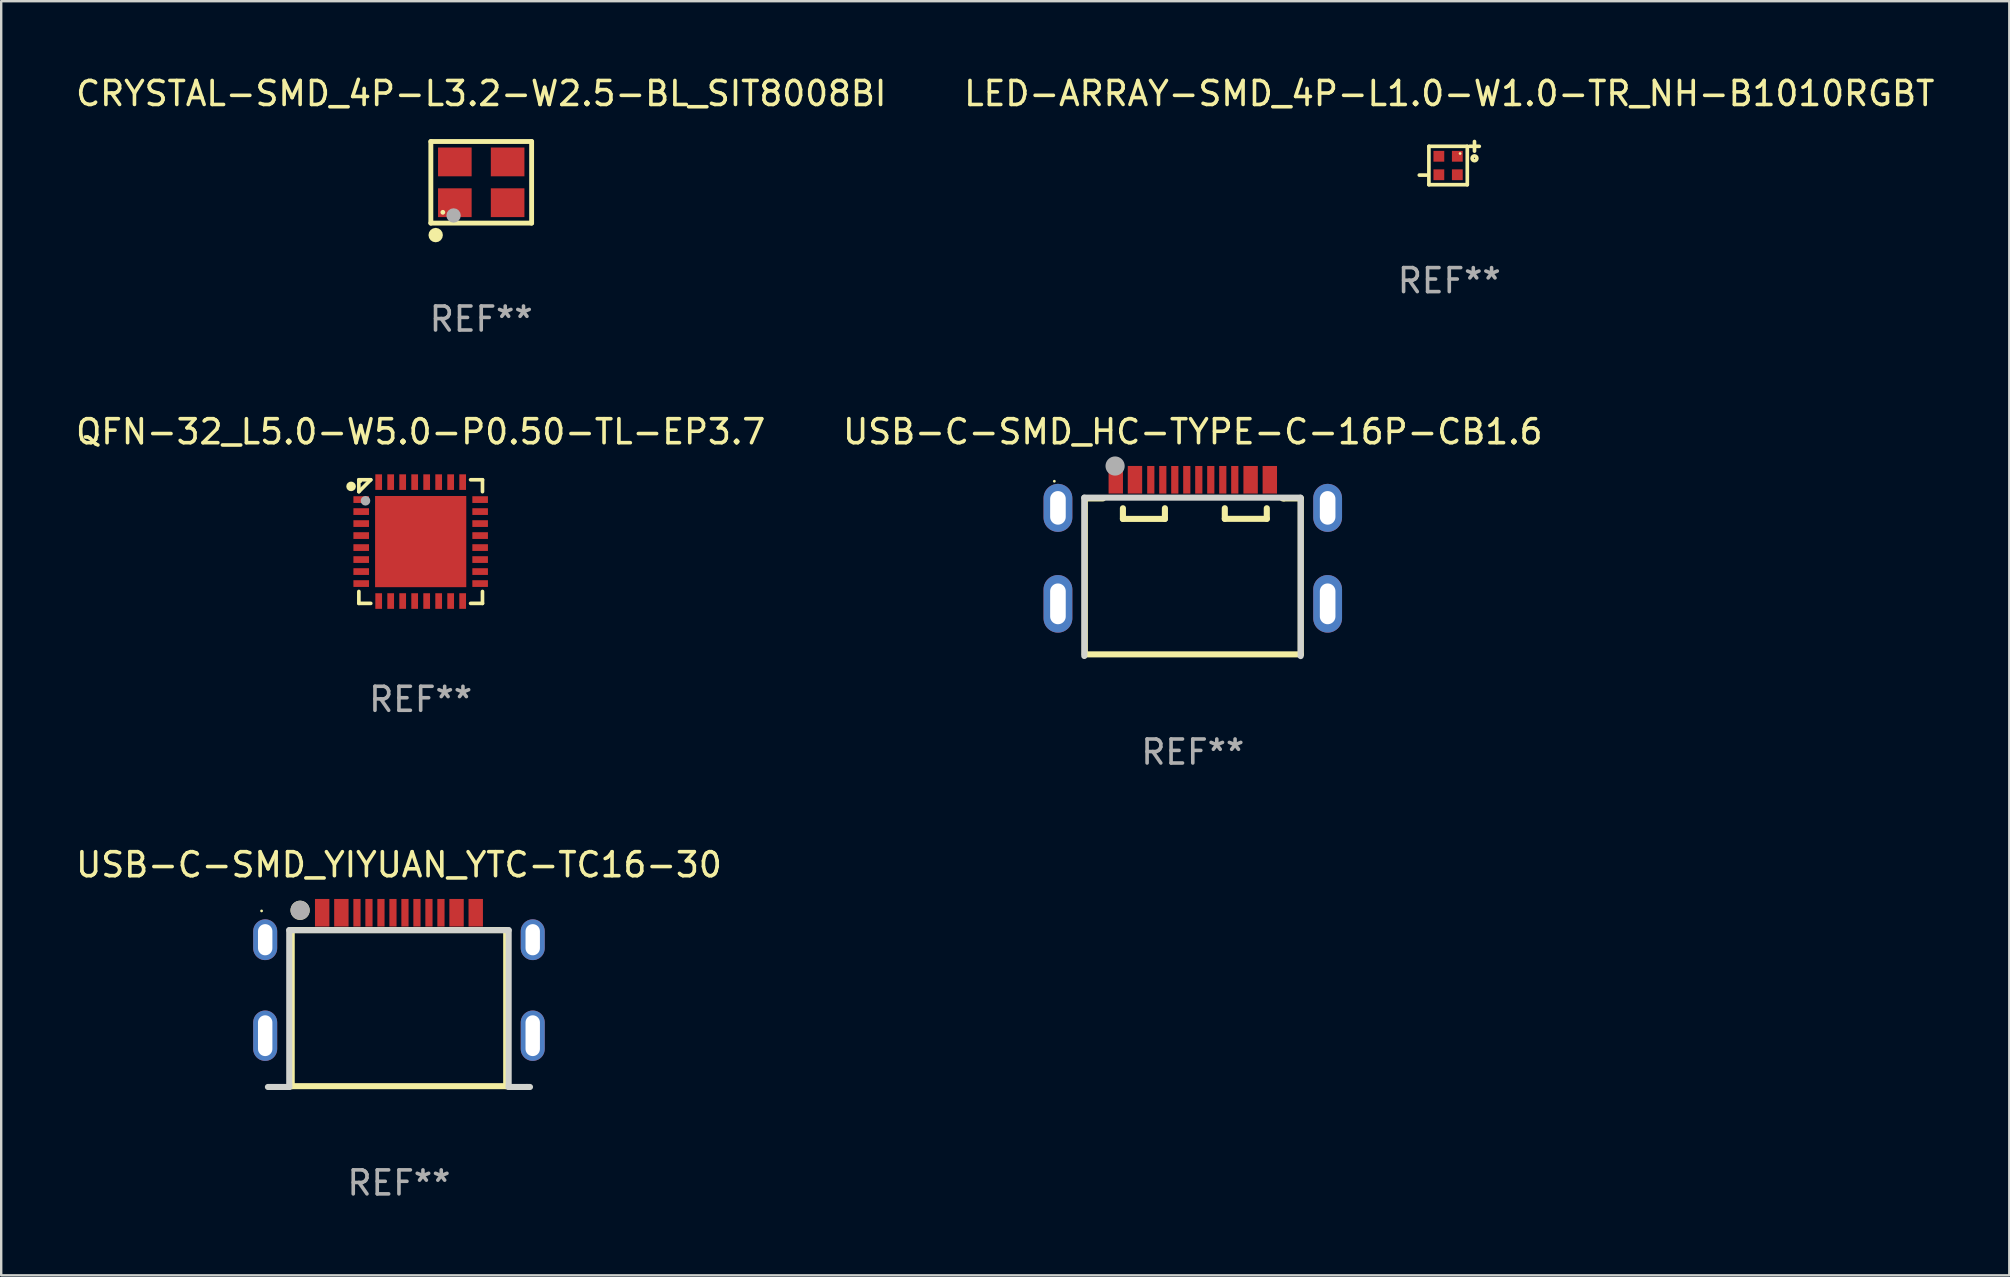
<source format=kicad_pcb>
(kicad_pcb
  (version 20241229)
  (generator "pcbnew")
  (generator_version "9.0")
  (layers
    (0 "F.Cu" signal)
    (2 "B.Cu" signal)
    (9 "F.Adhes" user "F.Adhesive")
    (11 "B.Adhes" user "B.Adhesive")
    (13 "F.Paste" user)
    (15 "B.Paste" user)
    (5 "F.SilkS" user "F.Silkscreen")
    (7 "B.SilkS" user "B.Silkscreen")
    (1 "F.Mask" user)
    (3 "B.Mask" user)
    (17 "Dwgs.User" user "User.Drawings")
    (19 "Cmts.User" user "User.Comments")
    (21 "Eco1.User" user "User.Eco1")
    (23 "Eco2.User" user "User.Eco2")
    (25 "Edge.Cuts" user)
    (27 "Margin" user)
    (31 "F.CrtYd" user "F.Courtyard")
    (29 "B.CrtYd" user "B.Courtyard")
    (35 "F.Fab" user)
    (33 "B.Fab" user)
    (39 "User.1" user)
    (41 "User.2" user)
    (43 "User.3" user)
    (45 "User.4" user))
  (footprint "QFN-32_L5.0-W5.0-P0.50-TL-EP3.7"
    (layer "F.Cu")
    (at 14.482 19.521)
    (property "Reference" "QFN-32_L5.0-W5.0-P0.50-TL-EP3.7" (at 0 -4.576 0) (layer "F.SilkS") (effects (font (size 1 1) (thickness 0.15))))
    (attr smd)
    (fp_line (start -2.576 -2.576) (end -2.576 -2.08) (stroke (width 0.152) (type solid)) (layer "F.SilkS"))
    (fp_line (start -2.576 2.576) (end -2.576 2.08) (stroke (width 0.152) (type solid)) (layer "F.SilkS"))
    (fp_line (start -2.08 -2.576) (end -2.576 -2.576) (stroke (width 0.152) (type solid)) (layer "F.SilkS"))
    (fp_line (start -2.08 -2.576) (end -2.576 -2.08) (stroke (width 0.152) (type solid)) (layer "F.SilkS"))
    (fp_line (start -2.08 2.576) (end -2.576 2.576) (stroke (width 0.152) (type solid)) (layer "F.SilkS"))
    (fp_line (start 2.08 -2.576) (end 2.576 -2.576) (stroke (width 0.152) (type solid)) (layer "F.SilkS"))
    (fp_line (start 2.08 2.576) (end 2.576 2.576) (stroke (width 0.152) (type solid)) (layer "F.SilkS"))
    (fp_line (start 2.576 -2.576) (end 2.576 -2.08) (stroke (width 0.152) (type solid)) (layer "F.SilkS"))
    (fp_line (start 2.576 2.576) (end 2.576 2.08) (stroke (width 0.152) (type solid)) (layer "F.SilkS"))
    (fp_circle (center -2.9 -2.3) (end -2.8 -2.3) (stroke (width 0.2) (type solid)) (fill no) (layer "F.SilkS"))
    (fp_circle (center -2.5 -2.5) (end -2.47 -2.5) (stroke (width 0.06) (type solid)) (fill no) (layer "F.SilkS"))
    (fp_circle (center -2.3 -1.7) (end -2.2 -1.7) (stroke (width 0.2) (type solid)) (fill no) (layer "F.Fab"))
    (fp_text user "REF**" (at 0 6.576 0) (layer "F.Fab") (effects (font (size 1 1) (thickness 0.15))))
    (pad "1" smd rect (at -2.478 -1.75) (size 0.65 0.28) (layers "F.Cu" "F.Mask" "F.Paste"))
    (pad "2" smd rect (at -2.478 -1.25) (size 0.65 0.28) (layers "F.Cu" "F.Mask" "F.Paste"))
    (pad "3" smd rect (at -2.478 -0.75) (size 0.65 0.28) (layers "F.Cu" "F.Mask" "F.Paste"))
    (pad "4" smd rect (at -2.478 -0.25) (size 0.65 0.28) (layers "F.Cu" "F.Mask" "F.Paste"))
    (pad "5" smd rect (at -2.478 0.25) (size 0.65 0.28) (layers "F.Cu" "F.Mask" "F.Paste"))
    (pad "6" smd rect (at -2.478 0.75) (size 0.65 0.28) (layers "F.Cu" "F.Mask" "F.Paste"))
    (pad "7" smd rect (at -2.478 1.25) (size 0.65 0.28) (layers "F.Cu" "F.Mask" "F.Paste"))
    (pad "8" smd rect (at -2.478 1.75) (size 0.65 0.28) (layers "F.Cu" "F.Mask" "F.Paste"))
    (pad "9" smd rect (at -1.75 2.478) (size 0.28 0.65) (layers "F.Cu" "F.Mask" "F.Paste"))
    (pad "10" smd rect (at -1.25 2.478) (size 0.28 0.65) (layers "F.Cu" "F.Mask" "F.Paste"))
    (pad "11" smd rect (at -0.75 2.478) (size 0.28 0.65) (layers "F.Cu" "F.Mask" "F.Paste"))
    (pad "12" smd rect (at -0.25 2.478) (size 0.28 0.65) (layers "F.Cu" "F.Mask" "F.Paste"))
    (pad "13" smd rect (at 0.25 2.478) (size 0.28 0.65) (layers "F.Cu" "F.Mask" "F.Paste"))
    (pad "14" smd rect (at 0.75 2.478) (size 0.28 0.65) (layers "F.Cu" "F.Mask" "F.Paste"))
    (pad "15" smd rect (at 1.25 2.478) (size 0.28 0.65) (layers "F.Cu" "F.Mask" "F.Paste"))
    (pad "16" smd rect (at 1.75 2.478) (size 0.28 0.65) (layers "F.Cu" "F.Mask" "F.Paste"))
    (pad "17" smd rect (at 2.478 1.75) (size 0.65 0.28) (layers "F.Cu" "F.Mask" "F.Paste"))
    (pad "18" smd rect (at 2.478 1.25) (size 0.65 0.28) (layers "F.Cu" "F.Mask" "F.Paste"))
    (pad "19" smd rect (at 2.478 0.75) (size 0.65 0.28) (layers "F.Cu" "F.Mask" "F.Paste"))
    (pad "20" smd rect (at 2.478 0.25) (size 0.65 0.28) (layers "F.Cu" "F.Mask" "F.Paste"))
    (pad "21" smd rect (at 2.478 -0.25) (size 0.65 0.28) (layers "F.Cu" "F.Mask" "F.Paste"))
    (pad "22" smd rect (at 2.478 -0.75) (size 0.65 0.28) (layers "F.Cu" "F.Mask" "F.Paste"))
    (pad "23" smd rect (at 2.478 -1.25) (size 0.65 0.28) (layers "F.Cu" "F.Mask" "F.Paste"))
    (pad "24" smd rect (at 2.478 -1.75) (size 0.65 0.28) (layers "F.Cu" "F.Mask" "F.Paste"))
    (pad "25" smd rect (at 1.75 -2.478) (size 0.28 0.65) (layers "F.Cu" "F.Mask" "F.Paste"))
    (pad "26" smd rect (at 1.25 -2.478) (size 0.28 0.65) (layers "F.Cu" "F.Mask" "F.Paste"))
    (pad "27" smd rect (at 0.75 -2.478) (size 0.28 0.65) (layers "F.Cu" "F.Mask" "F.Paste"))
    (pad "28" smd rect (at 0.25 -2.478) (size 0.28 0.65) (layers "F.Cu" "F.Mask" "F.Paste"))
    (pad "29" smd rect (at -0.25 -2.478) (size 0.28 0.65) (layers "F.Cu" "F.Mask" "F.Paste"))
    (pad "30" smd rect (at -0.75 -2.478) (size 0.28 0.65) (layers "F.Cu" "F.Mask" "F.Paste"))
    (pad "31" smd rect (at -1.25 -2.478) (size 0.28 0.65) (layers "F.Cu" "F.Mask" "F.Paste"))
    (pad "32" smd rect (at -1.75 -2.478) (size 0.28 0.65) (layers "F.Cu" "F.Mask" "F.Paste"))
    (pad "33" smd rect (at 0 0) (size 3.8 3.8) (layers "F.Cu" "F.Mask" "F.Paste")))
  (footprint "LED-ARRAY-SMD_4P-L1.0-W1.0-TR_NH-B1010RGBT"
    (layer "F.Cu")
    (at 57.301 3.848)
    (property "Reference" "LED-ARRAY-SMD_4P-L1.0-W1.0-TR_NH-B1010RGBT" (at 0.05 -3 0) (layer "F.SilkS") (effects (font (size 1 1) (thickness 0.15))))
    (attr smd)
    (fp_line (start -1.2 0.4) (end -0.9 0.4) (stroke (width 0.152) (type solid)) (layer "F.SilkS"))
    (fp_line (start -0.8 -0.8) (end 0.8 -0.8) (stroke (width 0.152) (type solid)) (layer "F.SilkS"))
    (fp_line (start -0.8 0.8) (end -0.8 -0.8) (stroke (width 0.152) (type solid)) (layer "F.SilkS"))
    (fp_line (start 0.8 -0.8) (end 0.8 0.8) (stroke (width 0.152) (type solid)) (layer "F.SilkS"))
    (fp_line (start 0.8 0.8) (end -0.8 0.8) (stroke (width 0.152) (type solid)) (layer "F.SilkS"))
    (fp_line (start 0.9 -0.8) (end 1.3 -0.8) (stroke (width 0.152) (type solid)) (layer "F.SilkS"))
    (fp_line (start 1.1 -1) (end 1.1 -0.6) (stroke (width 0.152) (type solid)) (layer "F.SilkS"))
    (fp_circle (center 0.5 -0.5) (end 0.53 -0.5) (stroke (width 0.06) (type solid)) (fill no) (layer "F.SilkS"))
    (fp_circle (center 1.1 -0.3) (end 1.2 -0.3) (stroke (width 0.152) (type solid)) (fill no) (layer "F.SilkS"))
    (fp_text user "REF**" (at 0.05 4.8 0) (layer "F.Fab") (effects (font (size 1 1) (thickness 0.15))))
    (pad "1" smd rect (at 0.385 -0.385) (size 0.45 0.45) (layers "F.Cu" "F.Mask" "F.Paste"))
    (pad "2" smd rect (at 0.385 0.385) (size 0.45 0.45) (layers "F.Cu" "F.Mask" "F.Paste"))
    (pad "3" smd rect (at -0.385 0.385) (size 0.45 0.45) (layers "F.Cu" "F.Mask" "F.Paste"))
    (pad "4" smd rect (at -0.385 -0.385) (size 0.45 0.45) (layers "F.Cu" "F.Mask" "F.Paste")))
  (footprint "CRYSTAL-SMD_4P-L3.2-W2.5-BL_SIT8008BI"
    (layer "F.Cu")
    (at 17.006 4.548)
    (property "Reference" "CRYSTAL-SMD_4P-L3.2-W2.5-BL_SIT8008BI" (at -0.000102 -3.7 0) (layer "F.SilkS") (effects (font (size 1 1) (thickness 0.15))))
    (attr smd)
    (fp_line (start -2.1 -1.7) (end -2.1 1.7) (stroke (width 0.203) (type solid)) (layer "F.SilkS"))
    (fp_line (start -2.1 1.7) (end 2.1 1.7) (stroke (width 0.203) (type solid)) (layer "F.SilkS"))
    (fp_line (start 2.1 -1.7) (end -2.1 -1.7) (stroke (width 0.203) (type solid)) (layer "F.SilkS"))
    (fp_line (start 2.1 1.7) (end 2.1 -1.7) (stroke (width 0.203) (type solid)) (layer "F.SilkS"))
    (fp_arc (start -1.897485 2.049581) (mid -1.898965 2.3496) (end -1.899606 2.049578) (stroke (width 0.3) (type solid)) (layer "F.SilkS"))
    (fp_circle (center -1.6 1.25) (end -1.55 1.25) (stroke (width 0.1) (type solid)) (fill no) (layer "F.SilkS"))
    (fp_circle (center -1.152 1.382) (end -1.002 1.382) (stroke (width 0.3) (type solid)) (fill no) (layer "F.Fab"))
    (fp_text user "REF**" (at -0.000102 5.7 0) (layer "F.Fab") (effects (font (size 1 1) (thickness 0.15))))
    (pad "1" smd rect (at -1.1 0.85) (size 1.4 1.2) (layers "F.Cu" "F.Mask" "F.Paste"))
    (pad "2" smd rect (at 1.1 0.85) (size 1.4 1.2) (layers "F.Cu" "F.Mask" "F.Paste"))
    (pad "3" smd rect (at 1.1 -0.85) (size 1.4 1.2) (layers "F.Cu" "F.Mask" "F.Paste"))
    (pad "4" smd rect (at -1.1 -0.85) (size 1.4 1.2) (layers "F.Cu" "F.Mask" "F.Paste")))
  (footprint "USB-C-SMD_YIYUAN_YTC-TC16-30"
    (layer "F.Cu")
    (at 13.577 37.552)
    (property "Reference" "USB-C-SMD_YIYUAN_YTC-TC16-30" (at 0 -4.562 0) (layer "F.SilkS") (effects (font (size 1 1) (thickness 0.15))))
    (attr through_hole)
    (fp_line (start -4.47 -1.84) (end -4.47 4.665) (stroke (width 0.254) (type solid)) (layer "F.SilkS"))
    (fp_line (start -4.47 4.665) (end 4.47 4.665) (stroke (width 0.254) (type solid)) (layer "F.SilkS"))
    (fp_line (start 4.47 -1.84) (end -4.47 -1.84) (stroke (width 0.254) (type solid)) (layer "F.SilkS"))
    (fp_line (start 4.47 4.665) (end 4.47 -1.835) (stroke (width 0.254) (type solid)) (layer "F.SilkS"))
    (fp_circle (center -5.725 -2.638) (end -5.695 -2.638) (stroke (width 0.06) (type solid)) (fill no) (layer "F.SilkS"))
    (fp_circle (center -4.12 -2.665) (end -3.92 -2.665) (stroke (width 0.4) (type solid)) (fill no) (layer "F.SilkS"))
    (fp_line (start -5.461 4.699) (end -4.572 4.699) (stroke (width 0.254) (type solid)) (layer "Edge.Cuts"))
    (fp_line (start -4.572 -1.836) (end 4.572 -1.836) (stroke (width 0.254) (type solid)) (layer "Edge.Cuts"))
    (fp_line (start -4.572 4.699) (end -4.572 -1.836) (stroke (width 0.254) (type solid)) (layer "Edge.Cuts"))
    (fp_line (start 4.572 -1.836) (end 4.572 4.699) (stroke (width 0.254) (type solid)) (layer "Edge.Cuts"))
    (fp_line (start 4.572 4.699) (end 5.334 4.699) (stroke (width 0.254) (type solid)) (layer "Edge.Cuts"))
    (fp_line (start 5.334 4.699) (end 5.461 4.699) (stroke (width 0.254) (type solid)) (layer "Edge.Cuts"))
    (fp_circle (center -4.12 -2.665) (end -3.92 -2.665) (stroke (width 0.4) (type solid)) (fill no) (layer "F.Fab"))
    (fp_text user "REF**" (at 0 8.699 0) (layer "F.Fab") (effects (font (size 1 1) (thickness 0.15))))
    (pad "1" thru_hole oval (at -5.575 -1.438) (size 1 1.7) (drill oval 0.6 1.3) (layers "*.Cu" "*.Mask"))
    (pad "2" thru_hole oval (at -5.575 2.562) (size 1 2.1) (drill oval 0.6 1.7) (layers "*.Cu" "*.Mask"))
    (pad "3" thru_hole oval (at 5.575 2.562) (size 1 2.1) (drill oval 0.6 1.7) (layers "*.Cu" "*.Mask"))
    (pad "4" thru_hole oval (at 5.575 -1.438) (size 1 1.7) (drill oval 0.6 1.3) (layers "*.Cu" "*.Mask"))
    (pad "A1-B12" smd rect (at -3.2 -2.562) (size 0.6 1.15) (layers "F.Cu" "F.Mask" "F.Paste"))
    (pad "A4-B9" smd rect (at -2.4 -2.562) (size 0.6 1.15) (layers "F.Cu" "F.Mask" "F.Paste"))
    (pad "A5" smd rect (at -1.25 -2.562) (size 0.3 1.15) (layers "F.Cu" "F.Mask" "F.Paste"))
    (pad "A6" smd rect (at -0.25 -2.562) (size 0.3 1.15) (layers "F.Cu" "F.Mask" "F.Paste"))
    (pad "A7" smd rect (at 0.25 -2.562) (size 0.3 1.15) (layers "F.Cu" "F.Mask" "F.Paste"))
    (pad "A8" smd rect (at 1.25 -2.562) (size 0.3 1.15) (layers "F.Cu" "F.Mask" "F.Paste"))
    (pad "B1-A12" smd rect (at 3.2 -2.562) (size 0.6 1.15) (layers "F.Cu" "F.Mask" "F.Paste"))
    (pad "B4-A9" smd rect (at 2.4 -2.562) (size 0.6 1.15) (layers "F.Cu" "F.Mask" "F.Paste"))
    (pad "B5" smd rect (at 1.75 -2.562) (size 0.3 1.15) (layers "F.Cu" "F.Mask" "F.Paste"))
    (pad "B6" smd rect (at 0.75 -2.562) (size 0.3 1.15) (layers "F.Cu" "F.Mask" "F.Paste"))
    (pad "B7" smd rect (at -0.75 -2.562) (size 0.3 1.15) (layers "F.Cu" "F.Mask" "F.Paste"))
    (pad "B8" smd rect (at -1.75 -2.562) (size 0.3 1.15) (layers "F.Cu" "F.Mask" "F.Paste")))
  (footprint "USB-C-SMD_HC-TYPE-C-16P-CB1.6"
    (layer "F.Cu")
    (at 46.661 19.53)
    (property "Reference" "USB-C-SMD_HC-TYPE-C-16P-CB1.6" (at 0.000127 -4.586 0) (layer "F.SilkS") (effects (font (size 1 1) (thickness 0.15))))
    (attr through_hole)
    (fp_line (start -4.5 -1.809) (end -4.5 4.691) (stroke (width 0.254) (type solid)) (layer "F.SilkS"))
    (fp_line (start -4.5 4.691) (end 4.45 4.691) (stroke (width 0.254) (type solid)) (layer "F.SilkS"))
    (fp_line (start -3.741 -1.809) (end -4.5 -1.809) (stroke (width 0.254) (type solid)) (layer "F.SilkS"))
    (fp_line (start -2.912 -0.954) (end -2.912 -1.397) (stroke (width 0.254) (type solid)) (layer "F.SilkS"))
    (fp_line (start -2.912 -0.954) (end -1.162 -0.954) (stroke (width 0.254) (type solid)) (layer "F.SilkS"))
    (fp_line (start -1.162 -0.954) (end -1.162 -1.398) (stroke (width 0.254) (type solid)) (layer "F.SilkS"))
    (fp_line (start 1.334 -0.957) (end 1.334 -1.398) (stroke (width 0.254) (type solid)) (layer "F.SilkS"))
    (fp_line (start 3.084 -0.957) (end 1.334 -0.957) (stroke (width 0.254) (type solid)) (layer "F.SilkS"))
    (fp_line (start 3.084 -0.957) (end 3.084 -1.398) (stroke (width 0.254) (type solid)) (layer "F.SilkS"))
    (fp_line (start 3.796 -1.809) (end 3.741 -1.809) (stroke (width 0.254) (type solid)) (layer "F.SilkS"))
    (fp_line (start 4.45 4.691) (end 4.5 4.691) (stroke (width 0.254) (type solid)) (layer "F.SilkS"))
    (fp_line (start 4.5 4.691) (end 4.5 -1.809) (stroke (width 0.254) (type solid)) (layer "F.SilkS"))
    (fp_line (start 4.505 -1.809) (end 3.796 -1.809) (stroke (width 0.254) (type solid)) (layer "F.SilkS"))
    (fp_circle (center -5.77 -2.524) (end -5.74 -2.524) (stroke (width 0.06) (type solid)) (fill no) (layer "F.SilkS"))
    (fp_line (start -4.521 -1.841) (end 4.479 -1.841) (stroke (width 0.254) (type solid)) (layer "Edge.Cuts"))
    (fp_line (start -4.521 4.76) (end -4.521 -1.839) (stroke (width 0.254) (type solid)) (layer "Edge.Cuts"))
    (fp_line (start 4.496 4.763) (end 4.496 -1.837) (stroke (width 0.254) (type solid)) (layer "Edge.Cuts"))
    (fp_circle (center -3.238 -3.158) (end -3.038 -3.158) (stroke (width 0.4) (type solid)) (fill no) (layer "F.Fab"))
    (fp_text user "REF**" (at 0.000127 8.763 0) (layer "F.Fab") (effects (font (size 1 1) (thickness 0.15))))
    (pad "0" thru_hole oval (at -5.62 -1.414) (size 1.2 2) (drill oval 0.65 1.4) (layers "*.Cu" "*.Mask"))
    (pad "0" thru_hole oval (at -5.62 2.586) (size 1.2 2.4) (drill oval 0.65 1.7) (layers "*.Cu" "*.Mask"))
    (pad "0" thru_hole oval (at 5.62 -1.414) (size 1.2 2) (drill oval 0.65 1.4) (layers "*.Cu" "*.Mask"))
    (pad "0" thru_hole oval (at 5.62 2.586) (size 1.2 2.4) (drill oval 0.65 1.7) (layers "*.Cu" "*.Mask"))
    (pad "A4B9" smd rect (at -2.41 -2.586 180) (size 0.6 1.15) (layers "F.Cu" "F.Mask" "F.Paste"))
    (pad "A5" smd rect (at -1.25 -2.585) (size 0.3 1.15) (layers "F.Cu" "F.Mask" "F.Paste"))
    (pad "A6" smd rect (at -0.25 -2.585) (size 0.3 1.15) (layers "F.Cu" "F.Mask" "F.Paste"))
    (pad "A7" smd rect (at 0.25 -2.584) (size 0.3 1.15) (layers "F.Cu" "F.Mask" "F.Paste"))
    (pad "A8" smd rect (at 1.25 -2.585) (size 0.3 1.15) (layers "F.Cu" "F.Mask" "F.Paste"))
    (pad "A9B4" smd rect (at 2.41 -2.585) (size 0.6 1.15) (layers "F.Cu" "F.Mask" "F.Paste"))
    (pad "B1A12" smd rect (at 3.21 -2.585) (size 0.6 1.15) (layers "F.Cu" "F.Mask" "F.Paste"))
    (pad "B5" smd rect (at 1.75 -2.585) (size 0.3 1.15) (layers "F.Cu" "F.Mask" "F.Paste"))
    (pad "B6" smd rect (at 0.75 -2.585) (size 0.3 1.15) (layers "F.Cu" "F.Mask" "F.Paste"))
    (pad "B7" smd rect (at -0.75 -2.584) (size 0.3 1.15) (layers "F.Cu" "F.Mask" "F.Paste"))
    (pad "B8" smd rect (at -1.75 -2.585) (size 0.3 1.15) (layers "F.Cu" "F.Mask" "F.Paste"))
    (pad "B12A1" smd rect (at -3.21 -2.586 180) (size 0.6 1.15) (layers "F.Cu" "F.Mask" "F.Paste")))
  (gr_rect
    (start -3 -3)
    (end 80.69 50.1)
    (stroke (width 0.1) (type default))
    (fill no)
    (layer "Edge.Cuts")))
</source>
